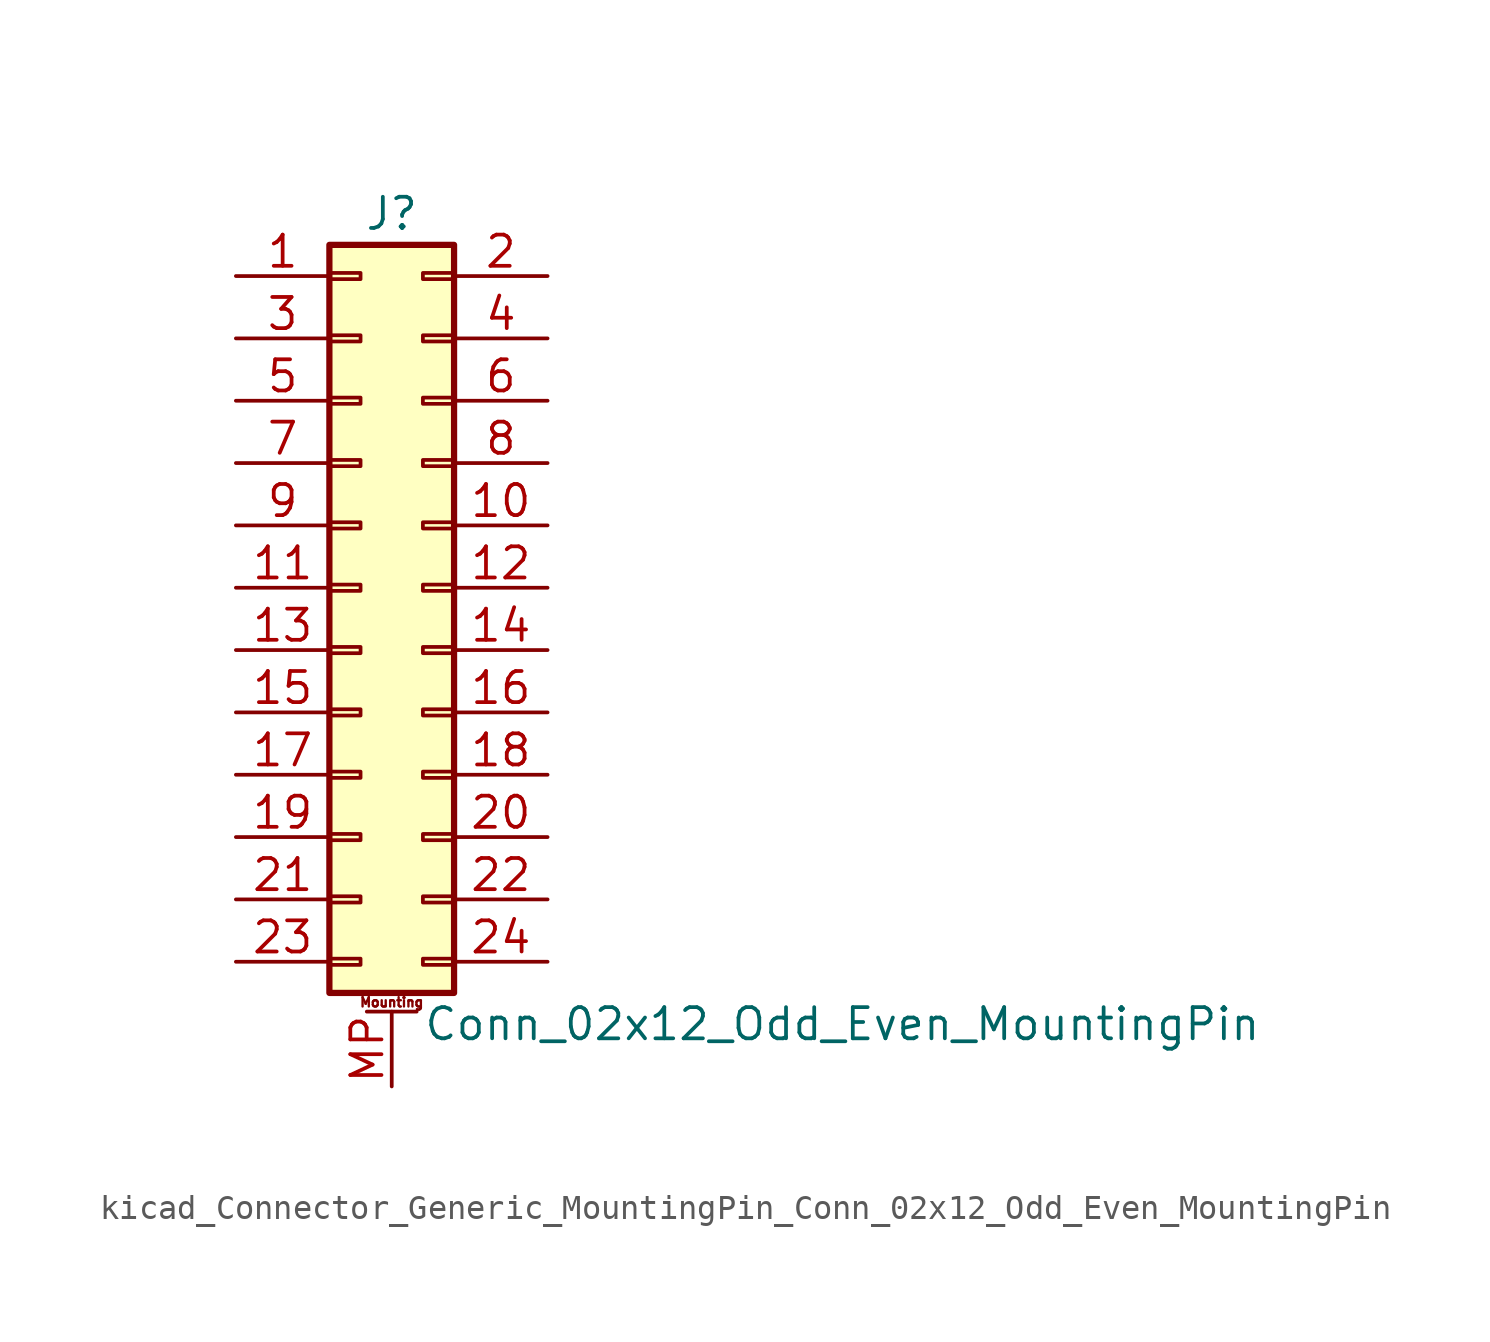
<source format=kicad_sym>
(kicad_symbol_lib
  (version 20220914)
  (generator kicad_symbol_editor)
  (symbol "kicad_Connector_Generic_MountingPin_Conn_02x12_Odd_Even_MountingPin"
    (pin_names
      (offset 1.016) hide)
    (property "Reference" "J"
      (at 1.27 15.24 0)
      (effects (font (size 1.27 1.27))))
    (property "Value" "Conn_02x12_Odd_Even_MountingPin"
      (at 2.54 -17.78 0)
      (effects (font (size 1.27 1.27)) (justify left)))
    (symbol "kicad_Connector_Generic_MountingPin_Conn_02x12_Odd_Even_MountingPin_1_1"
      (rectangle (start -1.27 -15.113) (end 0 -15.367) (stroke (width 0.152) (type default)) (fill (type none)))
      (rectangle (start -1.27 -12.573) (end 0 -12.827) (stroke (width 0.152) (type default)) (fill (type none)))
      (rectangle (start -1.27 -10.033) (end 0 -10.287) (stroke (width 0.152) (type default)) (fill (type none)))
      (rectangle (start -1.27 -7.493) (end 0 -7.747) (stroke (width 0.152) (type default)) (fill (type none)))
      (rectangle (start -1.27 -4.953) (end 0 -5.207) (stroke (width 0.152) (type default)) (fill (type none)))
      (rectangle (start -1.27 -2.413) (end 0 -2.667) (stroke (width 0.152) (type default)) (fill (type none)))
      (rectangle (start -1.27 0.127) (end 0 -0.127) (stroke (width 0.152) (type default)) (fill (type none)))
      (rectangle (start -1.27 2.667) (end 0 2.413) (stroke (width 0.152) (type default)) (fill (type none)))
      (rectangle (start -1.27 5.207) (end 0 4.953) (stroke (width 0.152) (type default)) (fill (type none)))
      (rectangle (start -1.27 7.747) (end 0 7.493) (stroke (width 0.152) (type default)) (fill (type none)))
      (rectangle (start -1.27 10.287) (end 0 10.033) (stroke (width 0.152) (type default)) (fill (type none)))
      (rectangle (start -1.27 12.827) (end 0 12.573) (stroke (width 0.152) (type default)) (fill (type none)))
      (rectangle (start -1.27 13.97) (end 3.81 -16.51) (stroke (width 0.254) (type default)) (fill (type background)))
      (polyline (pts (xy 0.254 -17.272) (xy 2.286 -17.272)) (stroke (width 0.152) (type default)) (fill (type none)))
      (rectangle (start 3.81 -15.113) (end 2.54 -15.367) (stroke (width 0.152) (type default)) (fill (type none)))
      (rectangle (start 3.81 -12.573) (end 2.54 -12.827) (stroke (width 0.152) (type default)) (fill (type none)))
      (rectangle (start 3.81 -10.033) (end 2.54 -10.287) (stroke (width 0.152) (type default)) (fill (type none)))
      (rectangle (start 3.81 -7.493) (end 2.54 -7.747) (stroke (width 0.152) (type default)) (fill (type none)))
      (rectangle (start 3.81 -4.953) (end 2.54 -5.207) (stroke (width 0.152) (type default)) (fill (type none)))
      (rectangle (start 3.81 -2.413) (end 2.54 -2.667) (stroke (width 0.152) (type default)) (fill (type none)))
      (rectangle (start 3.81 0.127) (end 2.54 -0.127) (stroke (width 0.152) (type default)) (fill (type none)))
      (rectangle (start 3.81 2.667) (end 2.54 2.413) (stroke (width 0.152) (type default)) (fill (type none)))
      (rectangle (start 3.81 5.207) (end 2.54 4.953) (stroke (width 0.152) (type default)) (fill (type none)))
      (rectangle (start 3.81 7.747) (end 2.54 7.493) (stroke (width 0.152) (type default)) (fill (type none)))
      (rectangle (start 3.81 10.287) (end 2.54 10.033) (stroke (width 0.152) (type default)) (fill (type none)))
      (rectangle (start 3.81 12.827) (end 2.54 12.573) (stroke (width 0.152) (type default)) (fill (type none)))
      (text "Mounting" (at 1.27 -16.891 0) (effects (font (size 0.381 0.381))))
      (pin passive line (at -5.08 12.7 0) (length 3.81) (name "Pin_1" (effects (font (size 1.27 1.27)))) (number "1" (effects (font (size 1.27 1.27)))))
      (pin passive line (at 7.62 2.54 180) (length 3.81) (name "Pin_10" (effects (font (size 1.27 1.27)))) (number "10" (effects (font (size 1.27 1.27)))))
      (pin passive line (at -5.08 0 0) (length 3.81) (name "Pin_11" (effects (font (size 1.27 1.27)))) (number "11" (effects (font (size 1.27 1.27)))))
      (pin passive line (at 7.62 0 180) (length 3.81) (name "Pin_12" (effects (font (size 1.27 1.27)))) (number "12" (effects (font (size 1.27 1.27)))))
      (pin passive line (at -5.08 -2.54 0) (length 3.81) (name "Pin_13" (effects (font (size 1.27 1.27)))) (number "13" (effects (font (size 1.27 1.27)))))
      (pin passive line (at 7.62 -2.54 180) (length 3.81) (name "Pin_14" (effects (font (size 1.27 1.27)))) (number "14" (effects (font (size 1.27 1.27)))))
      (pin passive line (at -5.08 -5.08 0) (length 3.81) (name "Pin_15" (effects (font (size 1.27 1.27)))) (number "15" (effects (font (size 1.27 1.27)))))
      (pin passive line (at 7.62 -5.08 180) (length 3.81) (name "Pin_16" (effects (font (size 1.27 1.27)))) (number "16" (effects (font (size 1.27 1.27)))))
      (pin passive line (at -5.08 -7.62 0) (length 3.81) (name "Pin_17" (effects (font (size 1.27 1.27)))) (number "17" (effects (font (size 1.27 1.27)))))
      (pin passive line (at 7.62 -7.62 180) (length 3.81) (name "Pin_18" (effects (font (size 1.27 1.27)))) (number "18" (effects (font (size 1.27 1.27)))))
      (pin passive line (at -5.08 -10.16 0) (length 3.81) (name "Pin_19" (effects (font (size 1.27 1.27)))) (number "19" (effects (font (size 1.27 1.27)))))
      (pin passive line (at 7.62 12.7 180) (length 3.81) (name "Pin_2" (effects (font (size 1.27 1.27)))) (number "2" (effects (font (size 1.27 1.27)))))
      (pin passive line (at 7.62 -10.16 180) (length 3.81) (name "Pin_20" (effects (font (size 1.27 1.27)))) (number "20" (effects (font (size 1.27 1.27)))))
      (pin passive line (at -5.08 -12.7 0) (length 3.81) (name "Pin_21" (effects (font (size 1.27 1.27)))) (number "21" (effects (font (size 1.27 1.27)))))
      (pin passive line (at 7.62 -12.7 180) (length 3.81) (name "Pin_22" (effects (font (size 1.27 1.27)))) (number "22" (effects (font (size 1.27 1.27)))))
      (pin passive line (at -5.08 -15.24 0) (length 3.81) (name "Pin_23" (effects (font (size 1.27 1.27)))) (number "23" (effects (font (size 1.27 1.27)))))
      (pin passive line (at 7.62 -15.24 180) (length 3.81) (name "Pin_24" (effects (font (size 1.27 1.27)))) (number "24" (effects (font (size 1.27 1.27)))))
      (pin passive line (at -5.08 10.16 0) (length 3.81) (name "Pin_3" (effects (font (size 1.27 1.27)))) (number "3" (effects (font (size 1.27 1.27)))))
      (pin passive line (at 7.62 10.16 180) (length 3.81) (name "Pin_4" (effects (font (size 1.27 1.27)))) (number "4" (effects (font (size 1.27 1.27)))))
      (pin passive line (at -5.08 7.62 0) (length 3.81) (name "Pin_5" (effects (font (size 1.27 1.27)))) (number "5" (effects (font (size 1.27 1.27)))))
      (pin passive line (at 7.62 7.62 180) (length 3.81) (name "Pin_6" (effects (font (size 1.27 1.27)))) (number "6" (effects (font (size 1.27 1.27)))))
      (pin passive line (at -5.08 5.08 0) (length 3.81) (name "Pin_7" (effects (font (size 1.27 1.27)))) (number "7" (effects (font (size 1.27 1.27)))))
      (pin passive line (at 7.62 5.08 180) (length 3.81) (name "Pin_8" (effects (font (size 1.27 1.27)))) (number "8" (effects (font (size 1.27 1.27)))))
      (pin passive line (at -5.08 2.54 0) (length 3.81) (name "Pin_9" (effects (font (size 1.27 1.27)))) (number "9" (effects (font (size 1.27 1.27)))))
      (pin passive line (at 1.27 -20.32 90) (length 3.048) (name "MountPin" (effects (font (size 1.27 1.27)))) (number "MP" (effects (font (size 1.27 1.27))))))))
</source>
